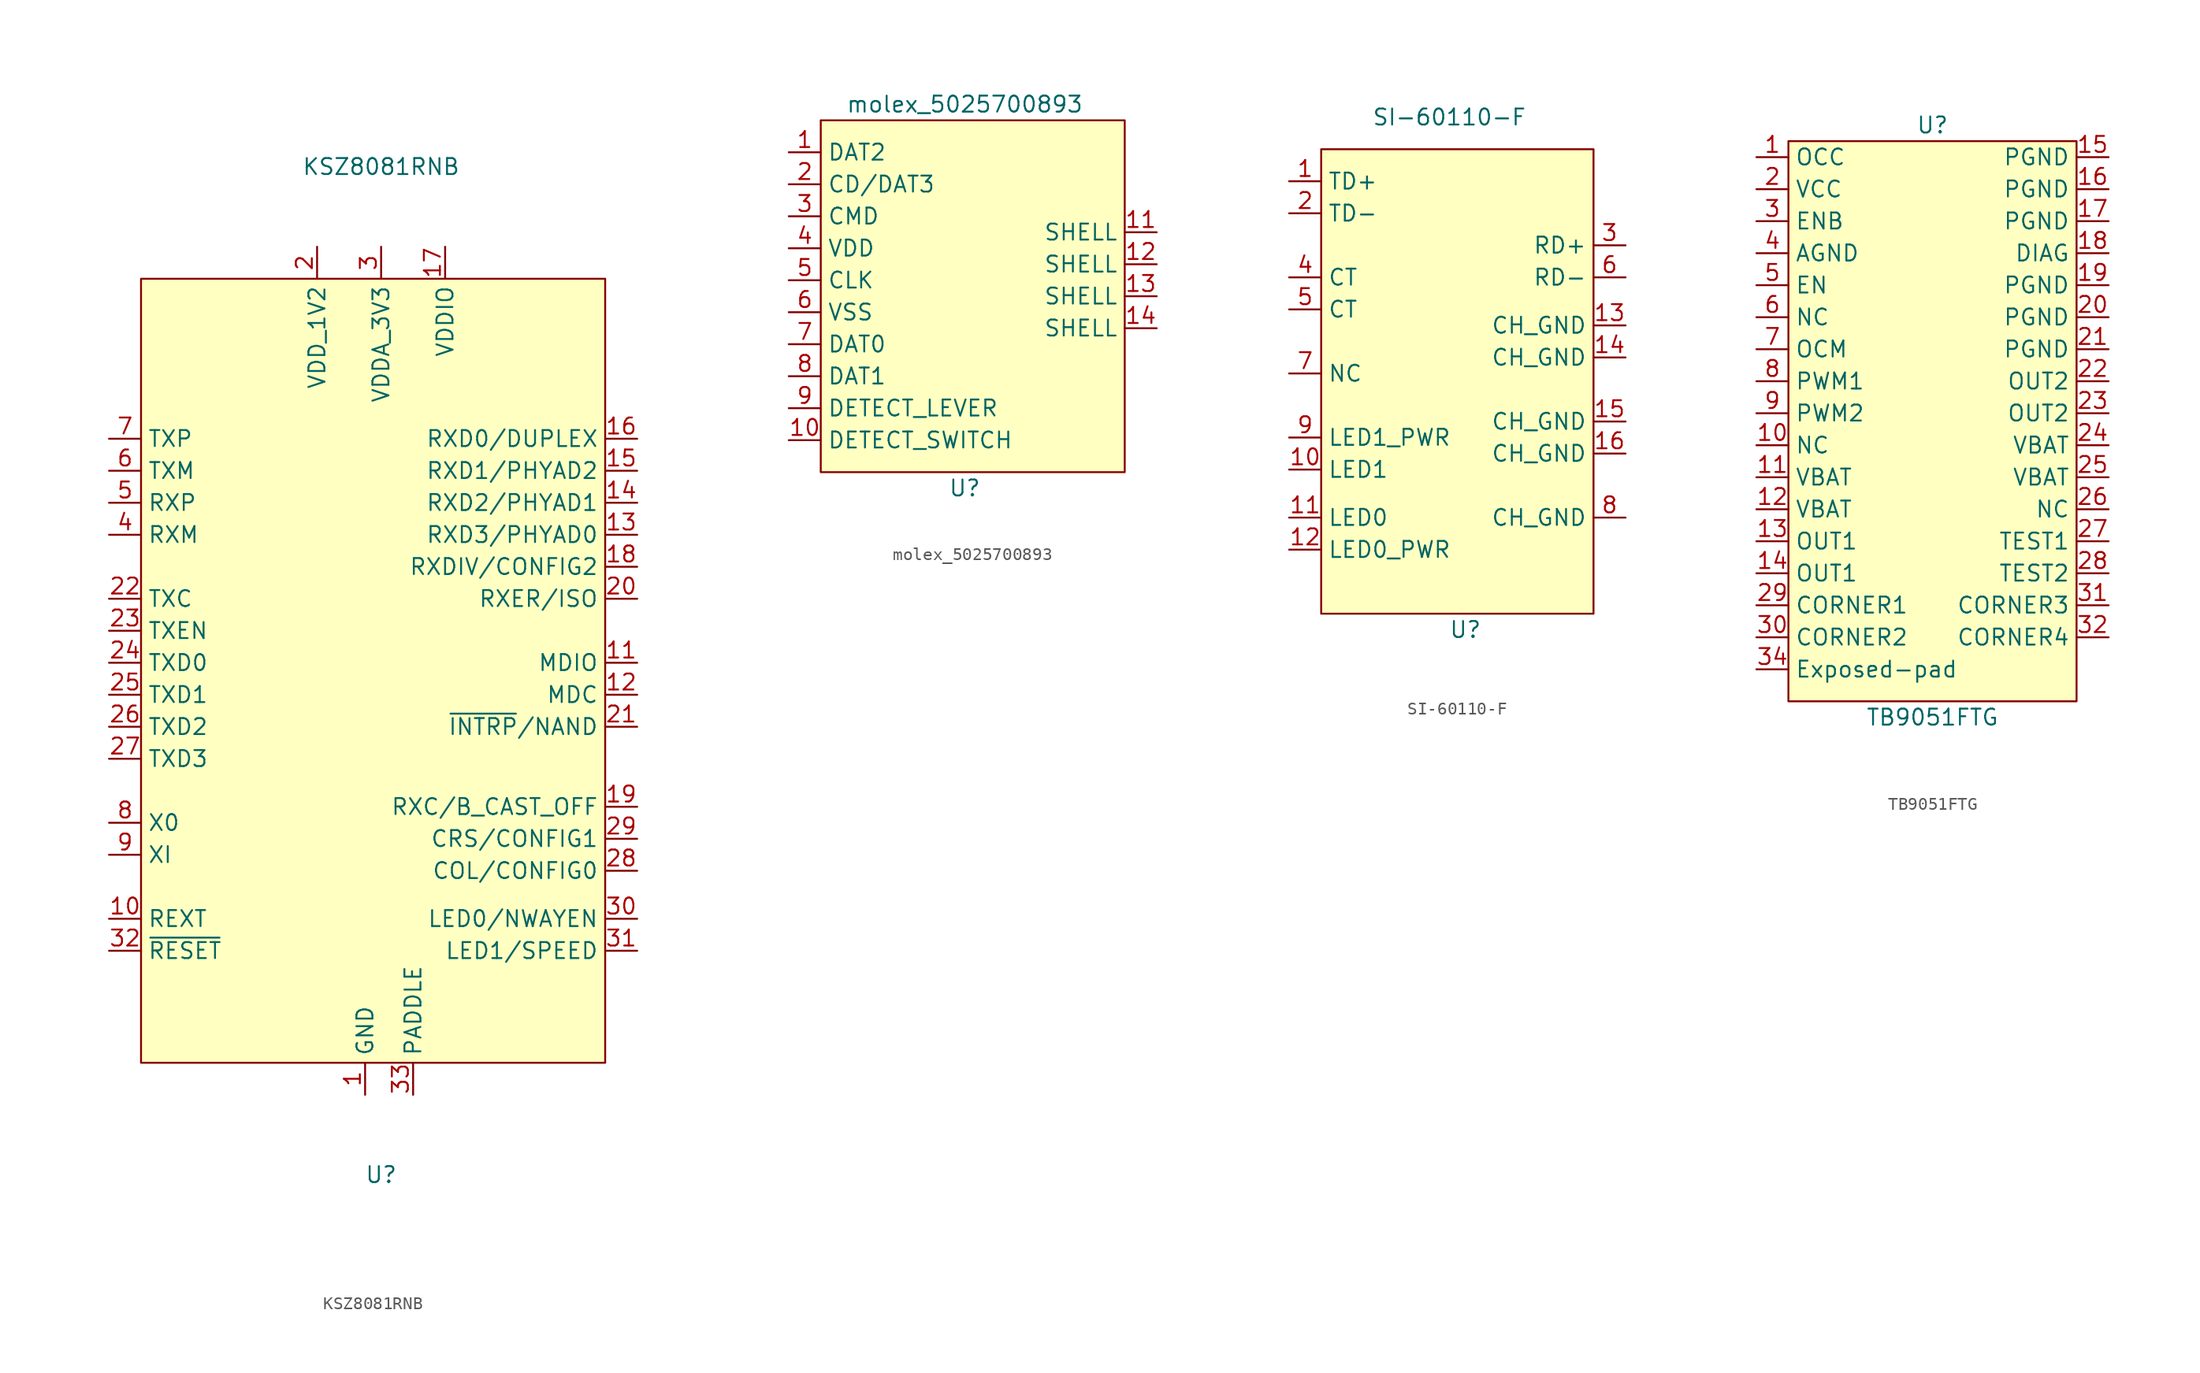
<source format=kicad_sym>
(kicad_symbol_lib
  (version 20220914)
  (generator kicad_symbol_editor)
  (symbol "KSZ8081RNB"
    (property "Reference" "U"
      (at 0 -41.91 0)
      (effects (font (size 1.27 1.27))))
    (property "Value" "KSZ8081RNB"
      (at 0 38.1 0)
      (effects (font (size 1.27 1.27))))
    (symbol "KSZ8081RNB_0_1"
      (rectangle (start -19.05 29.21) (end 17.78 -33.02) (stroke (width 0) (type default)) (fill (type background))))
    (symbol "KSZ8081RNB_1_1"
      (pin input line (at -1.27 -35.56 90) (length 2.54) (name "GND" (effects (font (size 1.27 1.27)))) (number "1" (effects (font (size 1.27 1.27)))))
      (pin input line (at -21.59 -21.59 0) (length 2.54) (name "REXT" (effects (font (size 1.27 1.27)))) (number "10" (effects (font (size 1.27 1.27)))))
      (pin bidirectional line (at 20.32 -1.27 180) (length 2.54) (name "MDIO" (effects (font (size 1.27 1.27)))) (number "11" (effects (font (size 1.27 1.27)))))
      (pin bidirectional line (at 20.32 -3.81 180) (length 2.54) (name "MDC" (effects (font (size 1.27 1.27)))) (number "12" (effects (font (size 1.27 1.27)))))
      (pin output line (at 20.32 8.89 180) (length 2.54) (name "RXD3/PHYAD0" (effects (font (size 1.27 1.27)))) (number "13" (effects (font (size 1.27 1.27)))))
      (pin output line (at 20.32 11.43 180) (length 2.54) (name "RXD2/PHYAD1" (effects (font (size 1.27 1.27)))) (number "14" (effects (font (size 1.27 1.27)))))
      (pin output line (at 20.32 13.97 180) (length 2.54) (name "RXD1/PHYAD2" (effects (font (size 1.27 1.27)))) (number "15" (effects (font (size 1.27 1.27)))))
      (pin output line (at 20.32 16.51 180) (length 2.54) (name "RXD0/DUPLEX" (effects (font (size 1.27 1.27)))) (number "16" (effects (font (size 1.27 1.27)))))
      (pin input line (at 5.08 31.75 270) (length 2.54) (name "VDDIO" (effects (font (size 1.27 1.27)))) (number "17" (effects (font (size 1.27 1.27)))))
      (pin output line (at 20.32 6.35 180) (length 2.54) (name "RXDIV/CONFIG2" (effects (font (size 1.27 1.27)))) (number "18" (effects (font (size 1.27 1.27)))))
      (pin output line (at 20.32 -12.7 180) (length 2.54) (name "RXC/B_CAST_OFF" (effects (font (size 1.27 1.27)))) (number "19" (effects (font (size 1.27 1.27)))))
      (pin input line (at -5.08 31.75 270) (length 2.54) (name "VDD_1V2" (effects (font (size 1.27 1.27)))) (number "2" (effects (font (size 1.27 1.27)))))
      (pin output line (at 20.32 3.81 180) (length 2.54) (name "RXER/ISO" (effects (font (size 1.27 1.27)))) (number "20" (effects (font (size 1.27 1.27)))))
      (pin bidirectional line (at 20.32 -6.35 180) (length 2.54) (name "~{INTRP}/NAND" (effects (font (size 1.27 1.27)))) (number "21" (effects (font (size 1.27 1.27)))))
      (pin input line (at -21.59 3.81 0) (length 2.54) (name "TXC" (effects (font (size 1.27 1.27)))) (number "22" (effects (font (size 1.27 1.27)))))
      (pin input line (at -21.59 1.27 0) (length 2.54) (name "TXEN" (effects (font (size 1.27 1.27)))) (number "23" (effects (font (size 1.27 1.27)))))
      (pin input line (at -21.59 -1.27 0) (length 2.54) (name "TXD0" (effects (font (size 1.27 1.27)))) (number "24" (effects (font (size 1.27 1.27)))))
      (pin input line (at -21.59 -3.81 0) (length 2.54) (name "TXD1" (effects (font (size 1.27 1.27)))) (number "25" (effects (font (size 1.27 1.27)))))
      (pin input line (at -21.59 -6.35 0) (length 2.54) (name "TXD2" (effects (font (size 1.27 1.27)))) (number "26" (effects (font (size 1.27 1.27)))))
      (pin input line (at -21.59 -8.89 0) (length 2.54) (name "TXD3" (effects (font (size 1.27 1.27)))) (number "27" (effects (font (size 1.27 1.27)))))
      (pin input line (at 20.32 -17.78 180) (length 2.54) (name "COL/CONFIG0" (effects (font (size 1.27 1.27)))) (number "28" (effects (font (size 1.27 1.27)))))
      (pin input line (at 20.32 -15.24 180) (length 2.54) (name "CRS/CONFIG1" (effects (font (size 1.27 1.27)))) (number "29" (effects (font (size 1.27 1.27)))))
      (pin input line (at 0 31.75 270) (length 2.54) (name "VDDA_3V3" (effects (font (size 1.27 1.27)))) (number "3" (effects (font (size 1.27 1.27)))))
      (pin bidirectional line (at 20.32 -21.59 180) (length 2.54) (name "LED0/NWAYEN" (effects (font (size 1.27 1.27)))) (number "30" (effects (font (size 1.27 1.27)))))
      (pin bidirectional line (at 20.32 -24.13 180) (length 2.54) (name "LED1/SPEED" (effects (font (size 1.27 1.27)))) (number "31" (effects (font (size 1.27 1.27)))))
      (pin input line (at -21.59 -24.13 0) (length 2.54) (name "~{RESET}" (effects (font (size 1.27 1.27)))) (number "32" (effects (font (size 1.27 1.27)))))
      (pin input line (at 2.54 -35.56 90) (length 2.54) (name "PADDLE" (effects (font (size 1.27 1.27)))) (number "33" (effects (font (size 1.27 1.27)))))
      (pin input line (at -21.59 8.89 0) (length 2.54) (name "RXM" (effects (font (size 1.27 1.27)))) (number "4" (effects (font (size 1.27 1.27)))))
      (pin input line (at -21.59 11.43 0) (length 2.54) (name "RXP" (effects (font (size 1.27 1.27)))) (number "5" (effects (font (size 1.27 1.27)))))
      (pin output line (at -21.59 13.97 0) (length 2.54) (name "TXM" (effects (font (size 1.27 1.27)))) (number "6" (effects (font (size 1.27 1.27)))))
      (pin output line (at -21.59 16.51 0) (length 2.54) (name "TXP" (effects (font (size 1.27 1.27)))) (number "7" (effects (font (size 1.27 1.27)))))
      (pin input line (at -21.59 -13.97 0) (length 2.54) (name "X0" (effects (font (size 1.27 1.27)))) (number "8" (effects (font (size 1.27 1.27)))))
      (pin input line (at -21.59 -16.51 0) (length 2.54) (name "XI" (effects (font (size 1.27 1.27)))) (number "9" (effects (font (size 1.27 1.27)))))))
  (symbol "molex_5025700893"
    (property "Reference" "U"
      (at 0 -13.97 0)
      (effects (font (size 1.27 1.27))))
    (property "Value" "molex_5025700893"
      (at 0 16.51 0)
      (effects (font (size 1.27 1.27))))
    (symbol "molex_5025700893_0_1"
      (rectangle (start -11.43 15.24) (end 12.7 -12.7) (stroke (width 0) (type default)) (fill (type background))))
    (symbol "molex_5025700893_1_1"
      (pin input line (at -13.97 12.7 0) (length 2.54) (name "DAT2" (effects (font (size 1.27 1.27)))) (number "1" (effects (font (size 1.27 1.27)))))
      (pin input line (at -13.97 -10.16 0) (length 2.54) (name "DETECT_SWITCH" (effects (font (size 1.27 1.27)))) (number "10" (effects (font (size 1.27 1.27)))))
      (pin input line (at 15.24 6.35 180) (length 2.54) (name "SHELL" (effects (font (size 1.27 1.27)))) (number "11" (effects (font (size 1.27 1.27)))))
      (pin input line (at 15.24 3.81 180) (length 2.54) (name "SHELL" (effects (font (size 1.27 1.27)))) (number "12" (effects (font (size 1.27 1.27)))))
      (pin input line (at 15.24 1.27 180) (length 2.54) (name "SHELL" (effects (font (size 1.27 1.27)))) (number "13" (effects (font (size 1.27 1.27)))))
      (pin input line (at 15.24 -1.27 180) (length 2.54) (name "SHELL" (effects (font (size 1.27 1.27)))) (number "14" (effects (font (size 1.27 1.27)))))
      (pin input line (at -13.97 10.16 0) (length 2.54) (name "CD/DAT3" (effects (font (size 1.27 1.27)))) (number "2" (effects (font (size 1.27 1.27)))))
      (pin input line (at -13.97 7.62 0) (length 2.54) (name "CMD" (effects (font (size 1.27 1.27)))) (number "3" (effects (font (size 1.27 1.27)))))
      (pin input line (at -13.97 5.08 0) (length 2.54) (name "VDD" (effects (font (size 1.27 1.27)))) (number "4" (effects (font (size 1.27 1.27)))))
      (pin input line (at -13.97 2.54 0) (length 2.54) (name "CLK" (effects (font (size 1.27 1.27)))) (number "5" (effects (font (size 1.27 1.27)))))
      (pin input line (at -13.97 0 0) (length 2.54) (name "VSS" (effects (font (size 1.27 1.27)))) (number "6" (effects (font (size 1.27 1.27)))))
      (pin input line (at -13.97 -2.54 0) (length 2.54) (name "DAT0" (effects (font (size 1.27 1.27)))) (number "7" (effects (font (size 1.27 1.27)))))
      (pin input line (at -13.97 -5.08 0) (length 2.54) (name "DAT1" (effects (font (size 1.27 1.27)))) (number "8" (effects (font (size 1.27 1.27)))))
      (pin input line (at -13.97 -7.62 0) (length 2.54) (name "DETECT_LEVER" (effects (font (size 1.27 1.27)))) (number "9" (effects (font (size 1.27 1.27)))))))
  (symbol "SI-60110-F"
    (property "Reference" "U"
      (at 0 -20.32 0)
      (effects (font (size 1.27 1.27))))
    (property "Value" "SI-60110-F"
      (at -1.27 20.32 0)
      (effects (font (size 1.27 1.27))))
    (symbol "SI-60110-F_0_1"
      (rectangle (start -11.43 17.78) (end 10.16 -19.05) (stroke (width 0) (type default)) (fill (type background))))
    (symbol "SI-60110-F_1_1"
      (pin input line (at -13.97 15.24 0) (length 2.54) (name "TD+" (effects (font (size 1.27 1.27)))) (number "1" (effects (font (size 1.27 1.27)))))
      (pin input line (at -13.97 -7.62 0) (length 2.54) (name "LED1" (effects (font (size 1.27 1.27)))) (number "10" (effects (font (size 1.27 1.27)))))
      (pin input line (at -13.97 -11.43 0) (length 2.54) (name "LED0" (effects (font (size 1.27 1.27)))) (number "11" (effects (font (size 1.27 1.27)))))
      (pin input line (at -13.97 -13.97 0) (length 2.54) (name "LED0_PWR" (effects (font (size 1.27 1.27)))) (number "12" (effects (font (size 1.27 1.27)))))
      (pin input line (at 12.7 3.81 180) (length 2.54) (name "CH_GND" (effects (font (size 1.27 1.27)))) (number "13" (effects (font (size 1.27 1.27)))))
      (pin input line (at 12.7 1.27 180) (length 2.54) (name "CH_GND" (effects (font (size 1.27 1.27)))) (number "14" (effects (font (size 1.27 1.27)))))
      (pin input line (at 12.7 -3.81 180) (length 2.54) (name "CH_GND" (effects (font (size 1.27 1.27)))) (number "15" (effects (font (size 1.27 1.27)))))
      (pin input line (at 12.7 -6.35 180) (length 2.54) (name "CH_GND" (effects (font (size 1.27 1.27)))) (number "16" (effects (font (size 1.27 1.27)))))
      (pin input line (at -13.97 12.7 0) (length 2.54) (name "TD-" (effects (font (size 1.27 1.27)))) (number "2" (effects (font (size 1.27 1.27)))))
      (pin output line (at 12.7 10.16 180) (length 2.54) (name "RD+" (effects (font (size 1.27 1.27)))) (number "3" (effects (font (size 1.27 1.27)))))
      (pin output line (at -13.97 7.62 0) (length 2.54) (name "CT" (effects (font (size 1.27 1.27)))) (number "4" (effects (font (size 1.27 1.27)))))
      (pin output line (at -13.97 5.08 0) (length 2.54) (name "CT" (effects (font (size 1.27 1.27)))) (number "5" (effects (font (size 1.27 1.27)))))
      (pin output line (at 12.7 7.62 180) (length 2.54) (name "RD-" (effects (font (size 1.27 1.27)))) (number "6" (effects (font (size 1.27 1.27)))))
      (pin output line (at -13.97 0 0) (length 2.54) (name "NC" (effects (font (size 1.27 1.27)))) (number "7" (effects (font (size 1.27 1.27)))))
      (pin input line (at 12.7 -11.43 180) (length 2.54) (name "CH_GND" (effects (font (size 1.27 1.27)))) (number "8" (effects (font (size 1.27 1.27)))))
      (pin input line (at -13.97 -5.08 0) (length 2.54) (name "LED1_PWR" (effects (font (size 1.27 1.27)))) (number "9" (effects (font (size 1.27 1.27)))))))
  (symbol "TB9051FTG"
    (property "Reference" "U"
      (at 0 19.05 0)
      (effects (font (size 1.27 1.27))))
    (property "Value" "TB9051FTG"
      (at 0 -27.94 0)
      (effects (font (size 1.27 1.27))))
    (symbol "TB9051FTG_0_1"
      (rectangle (start -11.43 17.78) (end 11.43 -26.67) (stroke (width 0) (type default)) (fill (type background))))
    (symbol "TB9051FTG_1_1"
      (pin input line (at -13.97 16.51 0) (length 2.54) (name "OCC" (effects (font (size 1.27 1.27)))) (number "1" (effects (font (size 1.27 1.27)))))
      (pin input line (at -13.97 -6.35 0) (length 2.54) (name "NC" (effects (font (size 1.27 1.27)))) (number "10" (effects (font (size 1.27 1.27)))))
      (pin input line (at -13.97 -8.89 0) (length 2.54) (name "VBAT" (effects (font (size 1.27 1.27)))) (number "11" (effects (font (size 1.27 1.27)))))
      (pin input line (at -13.97 -11.43 0) (length 2.54) (name "VBAT" (effects (font (size 1.27 1.27)))) (number "12" (effects (font (size 1.27 1.27)))))
      (pin input line (at -13.97 -13.97 0) (length 2.54) (name "OUT1" (effects (font (size 1.27 1.27)))) (number "13" (effects (font (size 1.27 1.27)))))
      (pin input line (at -13.97 -16.51 0) (length 2.54) (name "OUT1" (effects (font (size 1.27 1.27)))) (number "14" (effects (font (size 1.27 1.27)))))
      (pin input line (at 13.97 16.51 180) (length 2.54) (name "PGND" (effects (font (size 1.27 1.27)))) (number "15" (effects (font (size 1.27 1.27)))))
      (pin input line (at 13.97 13.97 180) (length 2.54) (name "PGND" (effects (font (size 1.27 1.27)))) (number "16" (effects (font (size 1.27 1.27)))))
      (pin input line (at 13.97 11.43 180) (length 2.54) (name "PGND" (effects (font (size 1.27 1.27)))) (number "17" (effects (font (size 1.27 1.27)))))
      (pin input line (at 13.97 8.89 180) (length 2.54) (name "DIAG" (effects (font (size 1.27 1.27)))) (number "18" (effects (font (size 1.27 1.27)))))
      (pin input line (at 13.97 6.35 180) (length 2.54) (name "PGND" (effects (font (size 1.27 1.27)))) (number "19" (effects (font (size 1.27 1.27)))))
      (pin input line (at -13.97 13.97 0) (length 2.54) (name "VCC" (effects (font (size 1.27 1.27)))) (number "2" (effects (font (size 1.27 1.27)))))
      (pin input line (at 13.97 3.81 180) (length 2.54) (name "PGND" (effects (font (size 1.27 1.27)))) (number "20" (effects (font (size 1.27 1.27)))))
      (pin input line (at 13.97 1.27 180) (length 2.54) (name "PGND" (effects (font (size 1.27 1.27)))) (number "21" (effects (font (size 1.27 1.27)))))
      (pin input line (at 13.97 -1.27 180) (length 2.54) (name "OUT2" (effects (font (size 1.27 1.27)))) (number "22" (effects (font (size 1.27 1.27)))))
      (pin input line (at 13.97 -3.81 180) (length 2.54) (name "OUT2" (effects (font (size 1.27 1.27)))) (number "23" (effects (font (size 1.27 1.27)))))
      (pin input line (at 13.97 -6.35 180) (length 2.54) (name "VBAT" (effects (font (size 1.27 1.27)))) (number "24" (effects (font (size 1.27 1.27)))))
      (pin input line (at 13.97 -8.89 180) (length 2.54) (name "VBAT" (effects (font (size 1.27 1.27)))) (number "25" (effects (font (size 1.27 1.27)))))
      (pin input line (at 13.97 -11.43 180) (length 2.54) (name "NC" (effects (font (size 1.27 1.27)))) (number "26" (effects (font (size 1.27 1.27)))))
      (pin input line (at 13.97 -13.97 180) (length 2.54) (name "TEST1" (effects (font (size 1.27 1.27)))) (number "27" (effects (font (size 1.27 1.27)))))
      (pin input line (at 13.97 -16.51 180) (length 2.54) (name "TEST2" (effects (font (size 1.27 1.27)))) (number "28" (effects (font (size 1.27 1.27)))))
      (pin input line (at -13.97 -19.05 0) (length 2.54) (name "CORNER1" (effects (font (size 1.27 1.27)))) (number "29" (effects (font (size 1.27 1.27)))))
      (pin input line (at -13.97 11.43 0) (length 2.54) (name "ENB" (effects (font (size 1.27 1.27)))) (number "3" (effects (font (size 1.27 1.27)))))
      (pin input line (at -13.97 -21.59 0) (length 2.54) (name "CORNER2" (effects (font (size 1.27 1.27)))) (number "30" (effects (font (size 1.27 1.27)))))
      (pin input line (at 13.97 -19.05 180) (length 2.54) (name "CORNER3" (effects (font (size 1.27 1.27)))) (number "31" (effects (font (size 1.27 1.27)))))
      (pin input line (at 13.97 -21.59 180) (length 2.54) (name "CORNER4" (effects (font (size 1.27 1.27)))) (number "32" (effects (font (size 1.27 1.27)))))
      (pin input line (at -13.97 -24.13 0) (length 2.54) (name "Exposed-pad" (effects (font (size 1.27 1.27)))) (number "34" (effects (font (size 1.27 1.27)))))
      (pin input line (at -13.97 8.89 0) (length 2.54) (name "AGND" (effects (font (size 1.27 1.27)))) (number "4" (effects (font (size 1.27 1.27)))))
      (pin input line (at -13.97 6.35 0) (length 2.54) (name "EN" (effects (font (size 1.27 1.27)))) (number "5" (effects (font (size 1.27 1.27)))))
      (pin input line (at -13.97 3.81 0) (length 2.54) (name "NC" (effects (font (size 1.27 1.27)))) (number "6" (effects (font (size 1.27 1.27)))))
      (pin input line (at -13.97 1.27 0) (length 2.54) (name "OCM" (effects (font (size 1.27 1.27)))) (number "7" (effects (font (size 1.27 1.27)))))
      (pin input line (at -13.97 -1.27 0) (length 2.54) (name "PWM1" (effects (font (size 1.27 1.27)))) (number "8" (effects (font (size 1.27 1.27)))))
      (pin input line (at -13.97 -3.81 0) (length 2.54) (name "PWM2" (effects (font (size 1.27 1.27)))) (number "9" (effects (font (size 1.27 1.27))))))))
</source>
